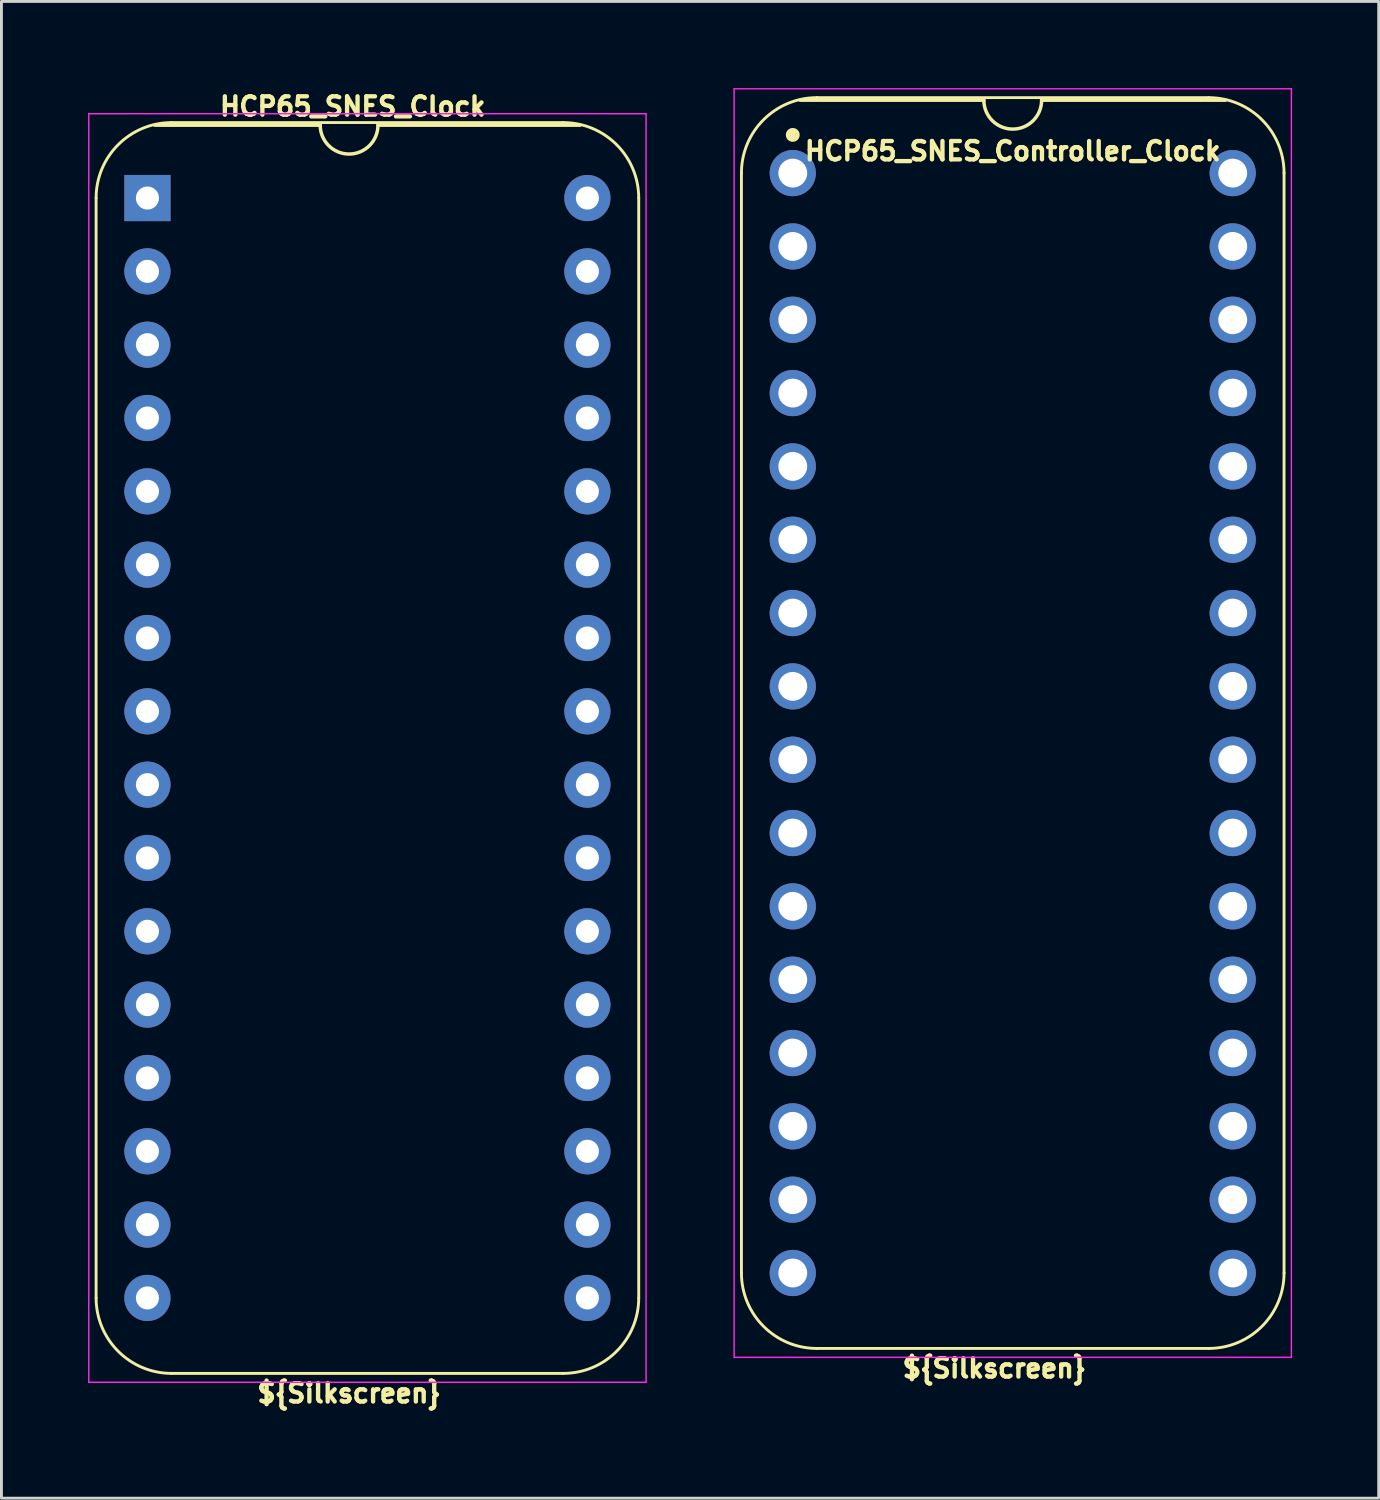
<source format=kicad_pcb>
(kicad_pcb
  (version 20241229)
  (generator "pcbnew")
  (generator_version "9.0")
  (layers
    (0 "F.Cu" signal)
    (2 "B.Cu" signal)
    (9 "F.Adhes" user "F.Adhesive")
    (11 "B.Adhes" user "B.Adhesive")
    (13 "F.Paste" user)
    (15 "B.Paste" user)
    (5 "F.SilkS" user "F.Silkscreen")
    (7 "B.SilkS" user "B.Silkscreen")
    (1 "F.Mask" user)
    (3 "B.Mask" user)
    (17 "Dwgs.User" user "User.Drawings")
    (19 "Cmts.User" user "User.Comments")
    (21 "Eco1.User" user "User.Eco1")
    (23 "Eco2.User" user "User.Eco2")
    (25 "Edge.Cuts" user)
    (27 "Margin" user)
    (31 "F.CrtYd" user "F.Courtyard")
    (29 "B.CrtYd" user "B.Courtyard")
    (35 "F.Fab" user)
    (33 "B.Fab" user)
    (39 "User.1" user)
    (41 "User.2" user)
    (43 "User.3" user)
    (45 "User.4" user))
  (footprint "HCP65_SNES_Controller_Clock"
    (layer "F.Cu")
    (at 24.411 2.946)
    (property "Reference" "HCP65_SNES_Controller_Clock" (at 7.62 -0.762 0) (layer "F.SilkS") (effects (font (size 0.635 0.635) (thickness 0.15))))
    (attr through_hole)
    (fp_line (start -1.778 38.1) (end -1.778 0) (stroke (width 0.1) (type solid)) (layer "F.SilkS"))
    (fp_line (start 0.836 -2.614) (end 14.404 -2.614) (stroke (width 0.1) (type solid)) (layer "F.SilkS"))
    (fp_line (start 6.62 -2.524) (end 0.254 -2.524) (stroke (width 0.12) (type solid)) (layer "F.SilkS"))
    (fp_line (start 14.404 40.714) (end 0.836 40.714) (stroke (width 0.1) (type solid)) (layer "F.SilkS"))
    (fp_line (start 14.986 -2.524) (end 8.62 -2.524) (stroke (width 0.12) (type solid)) (layer "F.SilkS"))
    (fp_line (start 17.018 38.1) (end 17.018 -0.000001) (stroke (width 0.1) (type solid)) (layer "F.SilkS"))
    (fp_arc (start -1.778 0) (mid -1.012456 -1.848188) (end 0.835732 -2.613732) (stroke (width 0.1) (type solid)) (layer "F.SilkS"))
    (fp_arc (start 0.835733 40.713733) (mid -1.012456 39.948189) (end -1.778 38.1) (stroke (width 0.1) (type solid)) (layer "F.SilkS"))
    (fp_arc (start 8.62 -2.524) (mid 7.62 -1.524) (end 6.62 -2.524) (stroke (width 0.12) (type solid)) (layer "F.SilkS"))
    (fp_arc (start 14.404267 -2.613733) (mid 16.252455 -1.848189) (end 17.017999 -0.000001) (stroke (width 0.1) (type solid)) (layer "F.SilkS"))
    (fp_arc (start 17.018 38.1) (mid 16.252455 39.948187) (end 14.404268 40.713732) (stroke (width 0.1) (type solid)) (layer "F.SilkS"))
    (fp_circle (center 0 -1.323) (end 0.18 -1.323) (stroke (width 0.12) (type solid)) (fill yes) (layer "F.SilkS"))
    (fp_line (start -2.032 -2.921) (end -2.032 41.021) (stroke (width 0.05) (type solid)) (layer "F.CrtYd"))
    (fp_line (start -2.032 -2.921) (end 17.272 -2.921) (stroke (width 0.05) (type solid)) (layer "F.CrtYd"))
    (fp_line (start -2.032 41.021) (end 17.272 41.021) (stroke (width 0.05) (type solid)) (layer "F.CrtYd"))
    (fp_line (start 17.272 -2.921) (end 17.272 41.021) (stroke (width 0.05) (type solid)) (layer "F.CrtYd"))
    (fp_text user "${Silkscreen}" (at 6.985 41.402 0) (layer "F.SilkS") (effects (font (size 0.635 0.635) (thickness 0.15))))
    (pad "1" thru_hole circle (at 0 0) (size 1.6 1.6) (drill 1) (layers "*.Cu" "*.Mask"))
    (pad "2" thru_hole circle (at 0 2.54) (size 1.6 1.6) (drill 1) (layers "*.Cu" "*.Mask"))
    (pad "3" thru_hole circle (at 0 5.08) (size 1.6 1.6) (drill 1) (layers "*.Cu" "*.Mask"))
    (pad "4" thru_hole circle (at 0 7.62) (size 1.6 1.6) (drill 1) (layers "*.Cu" "*.Mask"))
    (pad "5" thru_hole circle (at 0 10.16) (size 1.6 1.6) (drill 1) (layers "*.Cu" "*.Mask"))
    (pad "6" thru_hole circle (at 0 12.7) (size 1.6 1.6) (drill 1) (layers "*.Cu" "*.Mask"))
    (pad "7" thru_hole circle (at 0 15.24) (size 1.6 1.6) (drill 1) (layers "*.Cu" "*.Mask"))
    (pad "8" thru_hole circle (at 0 17.78) (size 1.6 1.6) (drill 1) (layers "*.Cu" "*.Mask"))
    (pad "9" thru_hole circle (at 0 20.32) (size 1.6 1.6) (drill 1) (layers "*.Cu" "*.Mask"))
    (pad "10" thru_hole circle (at 0 22.86) (size 1.6 1.6) (drill 1) (layers "*.Cu" "*.Mask"))
    (pad "11" thru_hole circle (at 0 25.4) (size 1.6 1.6) (drill 1) (layers "*.Cu" "*.Mask"))
    (pad "12" thru_hole circle (at 0 27.94) (size 1.6 1.6) (drill 1) (layers "*.Cu" "*.Mask"))
    (pad "13" thru_hole circle (at 0 30.48) (size 1.6 1.6) (drill 1) (layers "*.Cu" "*.Mask"))
    (pad "14" thru_hole circle (at 0 33.02) (size 1.6 1.6) (drill 1) (layers "*.Cu" "*.Mask"))
    (pad "15" thru_hole circle (at 0 35.56) (size 1.6 1.6) (drill 1) (layers "*.Cu" "*.Mask"))
    (pad "16" thru_hole circle (at 0 38.1) (size 1.6 1.6) (drill 1) (layers "*.Cu" "*.Mask"))
    (pad "17" thru_hole circle (at 15.24 38.1) (size 1.6 1.6) (drill 1) (layers "*.Cu" "*.Mask"))
    (pad "18" thru_hole circle (at 15.24 35.56) (size 1.6 1.6) (drill 1) (layers "*.Cu" "*.Mask"))
    (pad "19" thru_hole circle (at 15.24 33.02) (size 1.6 1.6) (drill 1) (layers "*.Cu" "*.Mask"))
    (pad "20" thru_hole circle (at 15.24 30.48) (size 1.6 1.6) (drill 1) (layers "*.Cu" "*.Mask"))
    (pad "21" thru_hole circle (at 15.24 27.94) (size 1.6 1.6) (drill 1) (layers "*.Cu" "*.Mask"))
    (pad "22" thru_hole circle (at 15.24 25.4) (size 1.6 1.6) (drill 1) (layers "*.Cu" "*.Mask"))
    (pad "23" thru_hole circle (at 15.24 22.86) (size 1.6 1.6) (drill 1) (layers "*.Cu" "*.Mask"))
    (pad "24" thru_hole circle (at 15.24 20.32) (size 1.6 1.6) (drill 1) (layers "*.Cu" "*.Mask"))
    (pad "25" thru_hole circle (at 15.24 17.78) (size 1.6 1.6) (drill 1) (layers "*.Cu" "*.Mask"))
    (pad "26" thru_hole circle (at 15.24 15.24) (size 1.6 1.6) (drill 1) (layers "*.Cu" "*.Mask"))
    (pad "27" thru_hole circle (at 15.24 12.7) (size 1.6 1.6) (drill 1) (layers "*.Cu" "*.Mask"))
    (pad "28" thru_hole circle (at 15.24 10.16) (size 1.6 1.6) (drill 1) (layers "*.Cu" "*.Mask"))
    (pad "29" thru_hole circle (at 15.24 7.62) (size 1.6 1.6) (drill 1) (layers "*.Cu" "*.Mask"))
    (pad "30" thru_hole circle (at 15.24 5.08) (size 1.6 1.6) (drill 1) (layers "*.Cu" "*.Mask"))
    (pad "31" thru_hole circle (at 15.24 2.54) (size 1.6 1.6) (drill 1) (layers "*.Cu" "*.Mask"))
    (pad "32" thru_hole circle (at 15.24 0) (size 1.6 1.6) (drill 1) (layers "*.Cu" "*.Mask")))
  (footprint "HCP65_SNES_Clock"
    (layer "F.Cu")
    (at 2.057 3.81)
    (property "Reference" "HCP65_SNES_Clock" (at 7.112 -3.175 0) (layer "F.SilkS") (effects (font (size 0.635 0.635) (thickness 0.15))))
    (attr through_hole)
    (fp_line (start -1.778 38.1) (end -1.778 0) (stroke (width 0.1) (type solid)) (layer "F.SilkS"))
    (fp_line (start 0.836 -2.614) (end 14.404 -2.614) (stroke (width 0.1) (type solid)) (layer "F.SilkS"))
    (fp_line (start 5.985 -2.524) (end 0.254 -2.524) (stroke (width 0.12) (type solid)) (layer "F.SilkS"))
    (fp_line (start 14.404 40.714) (end 0.836 40.714) (stroke (width 0.1) (type solid)) (layer "F.SilkS"))
    (fp_line (start 14.986 -2.524) (end 7.985 -2.524) (stroke (width 0.12) (type solid)) (layer "F.SilkS"))
    (fp_line (start 17.018 38.1) (end 17.018 -0.000001) (stroke (width 0.1) (type solid)) (layer "F.SilkS"))
    (fp_arc (start -1.778 0) (mid -1.012456 -1.848188) (end 0.835732 -2.613732) (stroke (width 0.1) (type solid)) (layer "F.SilkS"))
    (fp_arc (start 0.835733 40.713733) (mid -1.012456 39.948189) (end -1.778 38.1) (stroke (width 0.1) (type solid)) (layer "F.SilkS"))
    (fp_arc (start 7.985 -2.524) (mid 6.985 -1.524) (end 5.985 -2.524) (stroke (width 0.12) (type solid)) (layer "F.SilkS"))
    (fp_arc (start 14.404267 -2.613733) (mid 16.252455 -1.848189) (end 17.017999 -0.000001) (stroke (width 0.1) (type solid)) (layer "F.SilkS"))
    (fp_arc (start 17.018 38.1) (mid 16.252455 39.948187) (end 14.404268 40.713732) (stroke (width 0.1) (type solid)) (layer "F.SilkS"))
    (fp_line (start -2.032 -2.921) (end -2.032 41.021) (stroke (width 0.05) (type solid)) (layer "F.CrtYd"))
    (fp_line (start -2.032 -2.921) (end 17.272 -2.921) (stroke (width 0.05) (type solid)) (layer "F.CrtYd"))
    (fp_line (start -2.032 41.021) (end 17.272 41.021) (stroke (width 0.05) (type solid)) (layer "F.CrtYd"))
    (fp_line (start 17.272 -2.921) (end 17.272 41.021) (stroke (width 0.05) (type solid)) (layer "F.CrtYd"))
    (fp_text user "${Silkscreen}" (at 6.985 41.402 0) (layer "F.SilkS") (effects (font (size 0.635 0.635) (thickness 0.15))))
    (pad "1" thru_hole rect (at 0 0) (size 1.6 1.6) (drill 0.8) (layers "*.Cu" "*.Mask"))
    (pad "2" thru_hole oval (at 0 2.54) (size 1.6 1.6) (drill 0.8) (layers "*.Cu" "*.Mask"))
    (pad "3" thru_hole oval (at 0 5.08) (size 1.6 1.6) (drill 0.8) (layers "*.Cu" "*.Mask"))
    (pad "4" thru_hole oval (at 0 7.62) (size 1.6 1.6) (drill 0.8) (layers "*.Cu" "*.Mask"))
    (pad "5" thru_hole oval (at 0 10.16) (size 1.6 1.6) (drill 0.8) (layers "*.Cu" "*.Mask"))
    (pad "6" thru_hole oval (at 0 12.7) (size 1.6 1.6) (drill 0.8) (layers "*.Cu" "*.Mask"))
    (pad "7" thru_hole oval (at 0 15.24) (size 1.6 1.6) (drill 0.8) (layers "*.Cu" "*.Mask"))
    (pad "8" thru_hole oval (at 0 17.78) (size 1.6 1.6) (drill 0.8) (layers "*.Cu" "*.Mask"))
    (pad "9" thru_hole oval (at 0 20.32) (size 1.6 1.6) (drill 0.8) (layers "*.Cu" "*.Mask"))
    (pad "10" thru_hole oval (at 0 22.86) (size 1.6 1.6) (drill 0.8) (layers "*.Cu" "*.Mask"))
    (pad "11" thru_hole oval (at 0 25.4) (size 1.6 1.6) (drill 0.8) (layers "*.Cu" "*.Mask"))
    (pad "12" thru_hole oval (at 0 27.94) (size 1.6 1.6) (drill 0.8) (layers "*.Cu" "*.Mask"))
    (pad "13" thru_hole oval (at 0 30.48) (size 1.6 1.6) (drill 0.8) (layers "*.Cu" "*.Mask"))
    (pad "14" thru_hole oval (at 0 33.02) (size 1.6 1.6) (drill 0.8) (layers "*.Cu" "*.Mask"))
    (pad "15" thru_hole oval (at 0 35.56) (size 1.6 1.6) (drill 0.8) (layers "*.Cu" "*.Mask"))
    (pad "16" thru_hole oval (at 0 38.1) (size 1.6 1.6) (drill 0.8) (layers "*.Cu" "*.Mask"))
    (pad "17" thru_hole oval (at 15.24 38.1) (size 1.6 1.6) (drill 0.8) (layers "*.Cu" "*.Mask"))
    (pad "18" thru_hole oval (at 15.24 35.56) (size 1.6 1.6) (drill 0.8) (layers "*.Cu" "*.Mask"))
    (pad "19" thru_hole oval (at 15.24 33.02) (size 1.6 1.6) (drill 0.8) (layers "*.Cu" "*.Mask"))
    (pad "20" thru_hole oval (at 15.24 30.48) (size 1.6 1.6) (drill 0.8) (layers "*.Cu" "*.Mask"))
    (pad "21" thru_hole oval (at 15.24 27.94) (size 1.6 1.6) (drill 0.8) (layers "*.Cu" "*.Mask"))
    (pad "22" thru_hole oval (at 15.24 25.4) (size 1.6 1.6) (drill 0.8) (layers "*.Cu" "*.Mask"))
    (pad "23" thru_hole oval (at 15.24 22.86) (size 1.6 1.6) (drill 0.8) (layers "*.Cu" "*.Mask"))
    (pad "24" thru_hole oval (at 15.24 20.32) (size 1.6 1.6) (drill 0.8) (layers "*.Cu" "*.Mask"))
    (pad "25" thru_hole oval (at 15.24 17.78) (size 1.6 1.6) (drill 0.8) (layers "*.Cu" "*.Mask"))
    (pad "26" thru_hole oval (at 15.24 15.24) (size 1.6 1.6) (drill 0.8) (layers "*.Cu" "*.Mask"))
    (pad "27" thru_hole oval (at 15.24 12.7) (size 1.6 1.6) (drill 0.8) (layers "*.Cu" "*.Mask"))
    (pad "28" thru_hole oval (at 15.24 10.16) (size 1.6 1.6) (drill 0.8) (layers "*.Cu" "*.Mask"))
    (pad "29" thru_hole oval (at 15.24 7.62) (size 1.6 1.6) (drill 0.8) (layers "*.Cu" "*.Mask"))
    (pad "30" thru_hole oval (at 15.24 5.08) (size 1.6 1.6) (drill 0.8) (layers "*.Cu" "*.Mask"))
    (pad "31" thru_hole oval (at 15.24 2.54) (size 1.6 1.6) (drill 0.8) (layers "*.Cu" "*.Mask"))
    (pad "32" thru_hole oval (at 15.24 0) (size 1.6 1.6) (drill 0.8) (layers "*.Cu" "*.Mask")))
  (gr_rect
    (start -3 -3)
    (end 44.708 48.846)
    (stroke (width 0.1) (type default))
    (fill no)
    (layer "Edge.Cuts")))
</source>
